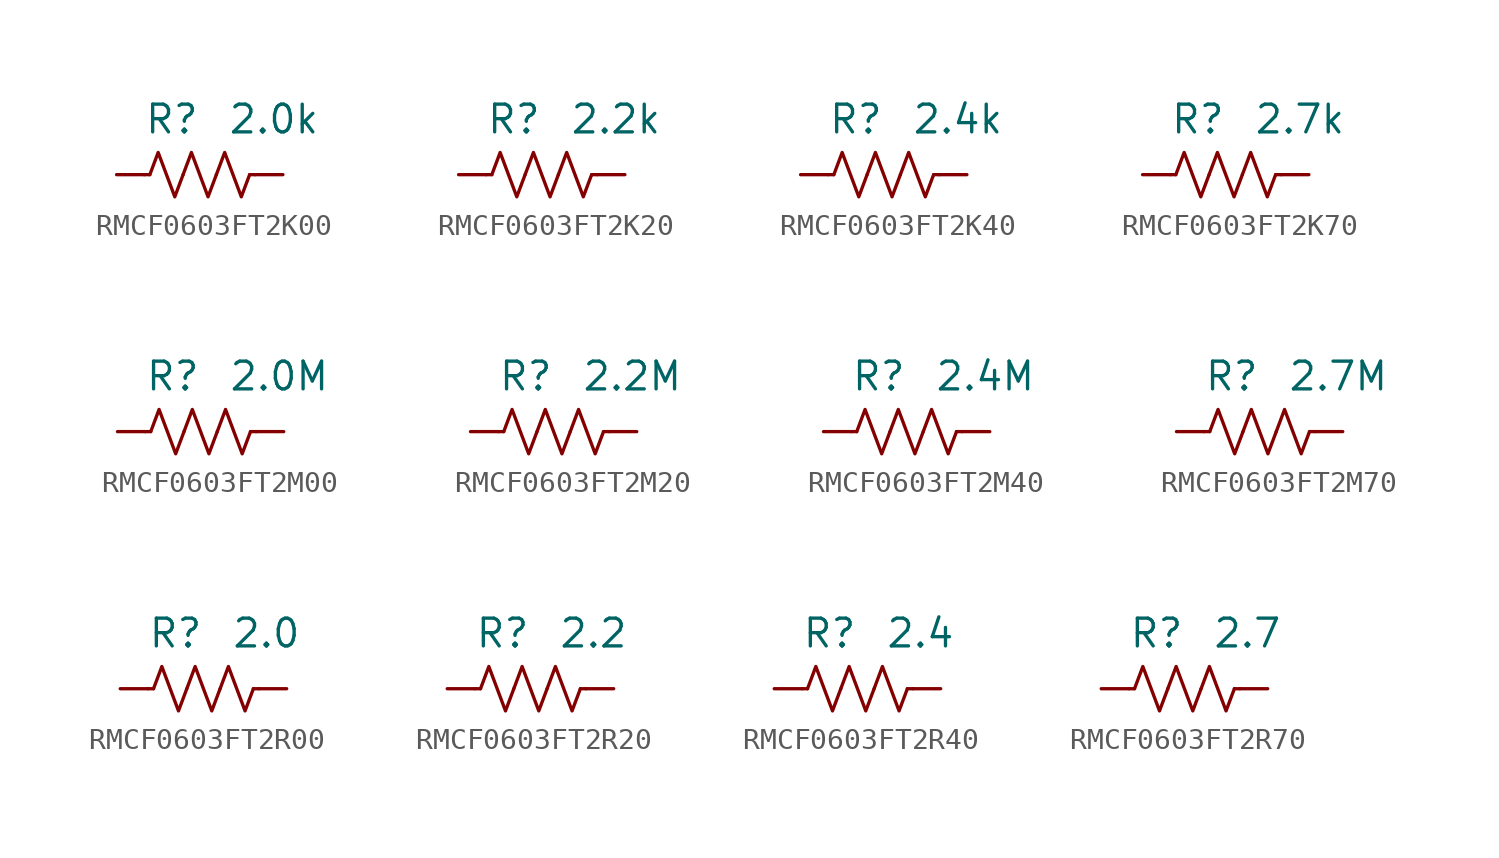
<source format=kicad_sym>
(kicad_symbol_lib
  (version 20241209)
  (generator "kicad_symbol_editor")
  (generator_version "9.0")
  (symbol "RMCF0603FT2K00"
    (pin_numbers
      (hide yes))
    (property "Reference" "R"
      (at 0 2.54 0)
      (effects (font (size 1.27 1.27)) (justify right)))
    (property "Value" "2.0k"
      (at 1.27 2.54 0)
      (effects (font (size 1.27 1.27)) (justify left)))
    (symbol "RMCF0603FT2K00_0_1"
      (polyline (pts (xy -2.286 0) (xy -2.54 0)) (stroke (width 0) (type default)) (fill (type none)))
      (polyline (pts (xy -2.286 0) (xy -1.905 1.016) (xy -1.524 0) (xy -1.143 -1.016) (xy -0.762 0)) (stroke (width 0) (type default)) (fill (type none)))
      (polyline (pts (xy -0.762 0) (xy -0.381 1.016) (xy 0 0) (xy 0.381 -1.016) (xy 0.762 0)) (stroke (width 0) (type default)) (fill (type none)))
      (polyline (pts (xy 0.762 0) (xy 1.143 1.016) (xy 1.524 0) (xy 1.905 -1.016) (xy 2.286 0)) (stroke (width 0) (type default)) (fill (type none)))
      (polyline (pts (xy 2.286 0) (xy 2.54 0)) (stroke (width 0) (type default)) (fill (type none))))
    (symbol "RMCF0603FT2K00_1_1"
      (pin passive line (at -3.81 0 0) (length 1.27) (name "~" (effects (font (size 1.27 1.27)))) (number "1" (effects (font (size 1.27 1.27)))))
      (pin passive line (at 3.81 0 180) (length 1.27) (name "~" (effects (font (size 1.27 1.27)))) (number "2" (effects (font (size 1.27 1.27)))))))
  (symbol "RMCF0603FT2K20"
    (pin_numbers
      (hide yes))
    (property "Reference" "R"
      (at 0 2.54 0)
      (effects (font (size 1.27 1.27)) (justify right)))
    (property "Value" "2.2k"
      (at 1.27 2.54 0)
      (effects (font (size 1.27 1.27)) (justify left)))
    (symbol "RMCF0603FT2K20_0_1"
      (polyline (pts (xy -2.286 0) (xy -2.54 0)) (stroke (width 0) (type default)) (fill (type none)))
      (polyline (pts (xy -2.286 0) (xy -1.905 1.016) (xy -1.524 0) (xy -1.143 -1.016) (xy -0.762 0)) (stroke (width 0) (type default)) (fill (type none)))
      (polyline (pts (xy -0.762 0) (xy -0.381 1.016) (xy 0 0) (xy 0.381 -1.016) (xy 0.762 0)) (stroke (width 0) (type default)) (fill (type none)))
      (polyline (pts (xy 0.762 0) (xy 1.143 1.016) (xy 1.524 0) (xy 1.905 -1.016) (xy 2.286 0)) (stroke (width 0) (type default)) (fill (type none)))
      (polyline (pts (xy 2.286 0) (xy 2.54 0)) (stroke (width 0) (type default)) (fill (type none))))
    (symbol "RMCF0603FT2K20_1_1"
      (pin passive line (at -3.81 0 0) (length 1.27) (name "~" (effects (font (size 1.27 1.27)))) (number "1" (effects (font (size 1.27 1.27)))))
      (pin passive line (at 3.81 0 180) (length 1.27) (name "~" (effects (font (size 1.27 1.27)))) (number "2" (effects (font (size 1.27 1.27)))))))
  (symbol "RMCF0603FT2K40"
    (pin_numbers
      (hide yes))
    (property "Reference" "R"
      (at 0 2.54 0)
      (effects (font (size 1.27 1.27)) (justify right)))
    (property "Value" "2.4k"
      (at 1.27 2.54 0)
      (effects (font (size 1.27 1.27)) (justify left)))
    (symbol "RMCF0603FT2K40_0_1"
      (polyline (pts (xy -2.286 0) (xy -2.54 0)) (stroke (width 0) (type default)) (fill (type none)))
      (polyline (pts (xy -2.286 0) (xy -1.905 1.016) (xy -1.524 0) (xy -1.143 -1.016) (xy -0.762 0)) (stroke (width 0) (type default)) (fill (type none)))
      (polyline (pts (xy -0.762 0) (xy -0.381 1.016) (xy 0 0) (xy 0.381 -1.016) (xy 0.762 0)) (stroke (width 0) (type default)) (fill (type none)))
      (polyline (pts (xy 0.762 0) (xy 1.143 1.016) (xy 1.524 0) (xy 1.905 -1.016) (xy 2.286 0)) (stroke (width 0) (type default)) (fill (type none)))
      (polyline (pts (xy 2.286 0) (xy 2.54 0)) (stroke (width 0) (type default)) (fill (type none))))
    (symbol "RMCF0603FT2K40_1_1"
      (pin passive line (at -3.81 0 0) (length 1.27) (name "~" (effects (font (size 1.27 1.27)))) (number "1" (effects (font (size 1.27 1.27)))))
      (pin passive line (at 3.81 0 180) (length 1.27) (name "~" (effects (font (size 1.27 1.27)))) (number "2" (effects (font (size 1.27 1.27)))))))
  (symbol "RMCF0603FT2K70"
    (pin_numbers
      (hide yes))
    (property "Reference" "R"
      (at 0 2.54 0)
      (effects (font (size 1.27 1.27)) (justify right)))
    (property "Value" "2.7k"
      (at 1.27 2.54 0)
      (effects (font (size 1.27 1.27)) (justify left)))
    (symbol "RMCF0603FT2K70_0_1"
      (polyline (pts (xy -2.286 0) (xy -2.54 0)) (stroke (width 0) (type default)) (fill (type none)))
      (polyline (pts (xy -2.286 0) (xy -1.905 1.016) (xy -1.524 0) (xy -1.143 -1.016) (xy -0.762 0)) (stroke (width 0) (type default)) (fill (type none)))
      (polyline (pts (xy -0.762 0) (xy -0.381 1.016) (xy 0 0) (xy 0.381 -1.016) (xy 0.762 0)) (stroke (width 0) (type default)) (fill (type none)))
      (polyline (pts (xy 0.762 0) (xy 1.143 1.016) (xy 1.524 0) (xy 1.905 -1.016) (xy 2.286 0)) (stroke (width 0) (type default)) (fill (type none)))
      (polyline (pts (xy 2.286 0) (xy 2.54 0)) (stroke (width 0) (type default)) (fill (type none))))
    (symbol "RMCF0603FT2K70_1_1"
      (pin passive line (at -3.81 0 0) (length 1.27) (name "~" (effects (font (size 1.27 1.27)))) (number "1" (effects (font (size 1.27 1.27)))))
      (pin passive line (at 3.81 0 180) (length 1.27) (name "~" (effects (font (size 1.27 1.27)))) (number "2" (effects (font (size 1.27 1.27)))))))
  (symbol "RMCF0603FT2M00"
    (pin_numbers
      (hide yes))
    (property "Reference" "R"
      (at 0 2.54 0)
      (effects (font (size 1.27 1.27)) (justify right)))
    (property "Value" "2.0M"
      (at 1.27 2.54 0)
      (effects (font (size 1.27 1.27)) (justify left)))
    (symbol "RMCF0603FT2M00_0_1"
      (polyline (pts (xy -2.286 0) (xy -2.54 0)) (stroke (width 0) (type default)) (fill (type none)))
      (polyline (pts (xy -2.286 0) (xy -1.905 1.016) (xy -1.524 0) (xy -1.143 -1.016) (xy -0.762 0)) (stroke (width 0) (type default)) (fill (type none)))
      (polyline (pts (xy -0.762 0) (xy -0.381 1.016) (xy 0 0) (xy 0.381 -1.016) (xy 0.762 0)) (stroke (width 0) (type default)) (fill (type none)))
      (polyline (pts (xy 0.762 0) (xy 1.143 1.016) (xy 1.524 0) (xy 1.905 -1.016) (xy 2.286 0)) (stroke (width 0) (type default)) (fill (type none)))
      (polyline (pts (xy 2.286 0) (xy 2.54 0)) (stroke (width 0) (type default)) (fill (type none))))
    (symbol "RMCF0603FT2M00_1_1"
      (pin passive line (at -3.81 0 0) (length 1.27) (name "~" (effects (font (size 1.27 1.27)))) (number "1" (effects (font (size 1.27 1.27)))))
      (pin passive line (at 3.81 0 180) (length 1.27) (name "~" (effects (font (size 1.27 1.27)))) (number "2" (effects (font (size 1.27 1.27)))))))
  (symbol "RMCF0603FT2M20"
    (pin_numbers
      (hide yes))
    (property "Reference" "R"
      (at 0 2.54 0)
      (effects (font (size 1.27 1.27)) (justify right)))
    (property "Value" "2.2M"
      (at 1.27 2.54 0)
      (effects (font (size 1.27 1.27)) (justify left)))
    (symbol "RMCF0603FT2M20_0_1"
      (polyline (pts (xy -2.286 0) (xy -2.54 0)) (stroke (width 0) (type default)) (fill (type none)))
      (polyline (pts (xy -2.286 0) (xy -1.905 1.016) (xy -1.524 0) (xy -1.143 -1.016) (xy -0.762 0)) (stroke (width 0) (type default)) (fill (type none)))
      (polyline (pts (xy -0.762 0) (xy -0.381 1.016) (xy 0 0) (xy 0.381 -1.016) (xy 0.762 0)) (stroke (width 0) (type default)) (fill (type none)))
      (polyline (pts (xy 0.762 0) (xy 1.143 1.016) (xy 1.524 0) (xy 1.905 -1.016) (xy 2.286 0)) (stroke (width 0) (type default)) (fill (type none)))
      (polyline (pts (xy 2.286 0) (xy 2.54 0)) (stroke (width 0) (type default)) (fill (type none))))
    (symbol "RMCF0603FT2M20_1_1"
      (pin passive line (at -3.81 0 0) (length 1.27) (name "~" (effects (font (size 1.27 1.27)))) (number "1" (effects (font (size 1.27 1.27)))))
      (pin passive line (at 3.81 0 180) (length 1.27) (name "~" (effects (font (size 1.27 1.27)))) (number "2" (effects (font (size 1.27 1.27)))))))
  (symbol "RMCF0603FT2M40"
    (pin_numbers
      (hide yes))
    (property "Reference" "R"
      (at 0 2.54 0)
      (effects (font (size 1.27 1.27)) (justify right)))
    (property "Value" "2.4M"
      (at 1.27 2.54 0)
      (effects (font (size 1.27 1.27)) (justify left)))
    (symbol "RMCF0603FT2M40_0_1"
      (polyline (pts (xy -2.286 0) (xy -2.54 0)) (stroke (width 0) (type default)) (fill (type none)))
      (polyline (pts (xy -2.286 0) (xy -1.905 1.016) (xy -1.524 0) (xy -1.143 -1.016) (xy -0.762 0)) (stroke (width 0) (type default)) (fill (type none)))
      (polyline (pts (xy -0.762 0) (xy -0.381 1.016) (xy 0 0) (xy 0.381 -1.016) (xy 0.762 0)) (stroke (width 0) (type default)) (fill (type none)))
      (polyline (pts (xy 0.762 0) (xy 1.143 1.016) (xy 1.524 0) (xy 1.905 -1.016) (xy 2.286 0)) (stroke (width 0) (type default)) (fill (type none)))
      (polyline (pts (xy 2.286 0) (xy 2.54 0)) (stroke (width 0) (type default)) (fill (type none))))
    (symbol "RMCF0603FT2M40_1_1"
      (pin passive line (at -3.81 0 0) (length 1.27) (name "~" (effects (font (size 1.27 1.27)))) (number "1" (effects (font (size 1.27 1.27)))))
      (pin passive line (at 3.81 0 180) (length 1.27) (name "~" (effects (font (size 1.27 1.27)))) (number "2" (effects (font (size 1.27 1.27)))))))
  (symbol "RMCF0603FT2M70"
    (pin_numbers
      (hide yes))
    (property "Reference" "R"
      (at 0 2.54 0)
      (effects (font (size 1.27 1.27)) (justify right)))
    (property "Value" "2.7M"
      (at 1.27 2.54 0)
      (effects (font (size 1.27 1.27)) (justify left)))
    (symbol "RMCF0603FT2M70_0_1"
      (polyline (pts (xy -2.286 0) (xy -2.54 0)) (stroke (width 0) (type default)) (fill (type none)))
      (polyline (pts (xy -2.286 0) (xy -1.905 1.016) (xy -1.524 0) (xy -1.143 -1.016) (xy -0.762 0)) (stroke (width 0) (type default)) (fill (type none)))
      (polyline (pts (xy -0.762 0) (xy -0.381 1.016) (xy 0 0) (xy 0.381 -1.016) (xy 0.762 0)) (stroke (width 0) (type default)) (fill (type none)))
      (polyline (pts (xy 0.762 0) (xy 1.143 1.016) (xy 1.524 0) (xy 1.905 -1.016) (xy 2.286 0)) (stroke (width 0) (type default)) (fill (type none)))
      (polyline (pts (xy 2.286 0) (xy 2.54 0)) (stroke (width 0) (type default)) (fill (type none))))
    (symbol "RMCF0603FT2M70_1_1"
      (pin passive line (at -3.81 0 0) (length 1.27) (name "~" (effects (font (size 1.27 1.27)))) (number "1" (effects (font (size 1.27 1.27)))))
      (pin passive line (at 3.81 0 180) (length 1.27) (name "~" (effects (font (size 1.27 1.27)))) (number "2" (effects (font (size 1.27 1.27)))))))
  (symbol "RMCF0603FT2R00"
    (pin_numbers
      (hide yes))
    (property "Reference" "R"
      (at 0 2.54 0)
      (effects (font (size 1.27 1.27)) (justify right)))
    (property "Value" "2.0"
      (at 1.27 2.54 0)
      (effects (font (size 1.27 1.27)) (justify left)))
    (symbol "RMCF0603FT2R00_0_1"
      (polyline (pts (xy -2.286 0) (xy -2.54 0)) (stroke (width 0) (type default)) (fill (type none)))
      (polyline (pts (xy -2.286 0) (xy -1.905 1.016) (xy -1.524 0) (xy -1.143 -1.016) (xy -0.762 0)) (stroke (width 0) (type default)) (fill (type none)))
      (polyline (pts (xy -0.762 0) (xy -0.381 1.016) (xy 0 0) (xy 0.381 -1.016) (xy 0.762 0)) (stroke (width 0) (type default)) (fill (type none)))
      (polyline (pts (xy 0.762 0) (xy 1.143 1.016) (xy 1.524 0) (xy 1.905 -1.016) (xy 2.286 0)) (stroke (width 0) (type default)) (fill (type none)))
      (polyline (pts (xy 2.286 0) (xy 2.54 0)) (stroke (width 0) (type default)) (fill (type none))))
    (symbol "RMCF0603FT2R00_1_1"
      (pin passive line (at -3.81 0 0) (length 1.27) (name "~" (effects (font (size 1.27 1.27)))) (number "1" (effects (font (size 1.27 1.27)))))
      (pin passive line (at 3.81 0 180) (length 1.27) (name "~" (effects (font (size 1.27 1.27)))) (number "2" (effects (font (size 1.27 1.27)))))))
  (symbol "RMCF0603FT2R20"
    (pin_numbers
      (hide yes))
    (property "Reference" "R"
      (at 0 2.54 0)
      (effects (font (size 1.27 1.27)) (justify right)))
    (property "Value" "2.2"
      (at 1.27 2.54 0)
      (effects (font (size 1.27 1.27)) (justify left)))
    (symbol "RMCF0603FT2R20_0_1"
      (polyline (pts (xy -2.286 0) (xy -2.54 0)) (stroke (width 0) (type default)) (fill (type none)))
      (polyline (pts (xy -2.286 0) (xy -1.905 1.016) (xy -1.524 0) (xy -1.143 -1.016) (xy -0.762 0)) (stroke (width 0) (type default)) (fill (type none)))
      (polyline (pts (xy -0.762 0) (xy -0.381 1.016) (xy 0 0) (xy 0.381 -1.016) (xy 0.762 0)) (stroke (width 0) (type default)) (fill (type none)))
      (polyline (pts (xy 0.762 0) (xy 1.143 1.016) (xy 1.524 0) (xy 1.905 -1.016) (xy 2.286 0)) (stroke (width 0) (type default)) (fill (type none)))
      (polyline (pts (xy 2.286 0) (xy 2.54 0)) (stroke (width 0) (type default)) (fill (type none))))
    (symbol "RMCF0603FT2R20_1_1"
      (pin passive line (at -3.81 0 0) (length 1.27) (name "~" (effects (font (size 1.27 1.27)))) (number "1" (effects (font (size 1.27 1.27)))))
      (pin passive line (at 3.81 0 180) (length 1.27) (name "~" (effects (font (size 1.27 1.27)))) (number "2" (effects (font (size 1.27 1.27)))))))
  (symbol "RMCF0603FT2R40"
    (pin_numbers
      (hide yes))
    (property "Reference" "R"
      (at 0 2.54 0)
      (effects (font (size 1.27 1.27)) (justify right)))
    (property "Value" "2.4"
      (at 1.27 2.54 0)
      (effects (font (size 1.27 1.27)) (justify left)))
    (symbol "RMCF0603FT2R40_0_1"
      (polyline (pts (xy -2.286 0) (xy -2.54 0)) (stroke (width 0) (type default)) (fill (type none)))
      (polyline (pts (xy -2.286 0) (xy -1.905 1.016) (xy -1.524 0) (xy -1.143 -1.016) (xy -0.762 0)) (stroke (width 0) (type default)) (fill (type none)))
      (polyline (pts (xy -0.762 0) (xy -0.381 1.016) (xy 0 0) (xy 0.381 -1.016) (xy 0.762 0)) (stroke (width 0) (type default)) (fill (type none)))
      (polyline (pts (xy 0.762 0) (xy 1.143 1.016) (xy 1.524 0) (xy 1.905 -1.016) (xy 2.286 0)) (stroke (width 0) (type default)) (fill (type none)))
      (polyline (pts (xy 2.286 0) (xy 2.54 0)) (stroke (width 0) (type default)) (fill (type none))))
    (symbol "RMCF0603FT2R40_1_1"
      (pin passive line (at -3.81 0 0) (length 1.27) (name "~" (effects (font (size 1.27 1.27)))) (number "1" (effects (font (size 1.27 1.27)))))
      (pin passive line (at 3.81 0 180) (length 1.27) (name "~" (effects (font (size 1.27 1.27)))) (number "2" (effects (font (size 1.27 1.27)))))))
  (symbol "RMCF0603FT2R70"
    (pin_numbers
      (hide yes))
    (property "Reference" "R"
      (at 0 2.54 0)
      (effects (font (size 1.27 1.27)) (justify right)))
    (property "Value" "2.7"
      (at 1.27 2.54 0)
      (effects (font (size 1.27 1.27)) (justify left)))
    (symbol "RMCF0603FT2R70_0_1"
      (polyline (pts (xy -2.286 0) (xy -2.54 0)) (stroke (width 0) (type default)) (fill (type none)))
      (polyline (pts (xy -2.286 0) (xy -1.905 1.016) (xy -1.524 0) (xy -1.143 -1.016) (xy -0.762 0)) (stroke (width 0) (type default)) (fill (type none)))
      (polyline (pts (xy -0.762 0) (xy -0.381 1.016) (xy 0 0) (xy 0.381 -1.016) (xy 0.762 0)) (stroke (width 0) (type default)) (fill (type none)))
      (polyline (pts (xy 0.762 0) (xy 1.143 1.016) (xy 1.524 0) (xy 1.905 -1.016) (xy 2.286 0)) (stroke (width 0) (type default)) (fill (type none)))
      (polyline (pts (xy 2.286 0) (xy 2.54 0)) (stroke (width 0) (type default)) (fill (type none))))
    (symbol "RMCF0603FT2R70_1_1"
      (pin passive line (at -3.81 0 0) (length 1.27) (name "~" (effects (font (size 1.27 1.27)))) (number "1" (effects (font (size 1.27 1.27)))))
      (pin passive line (at 3.81 0 180) (length 1.27) (name "~" (effects (font (size 1.27 1.27)))) (number "2" (effects (font (size 1.27 1.27))))))))
</source>
